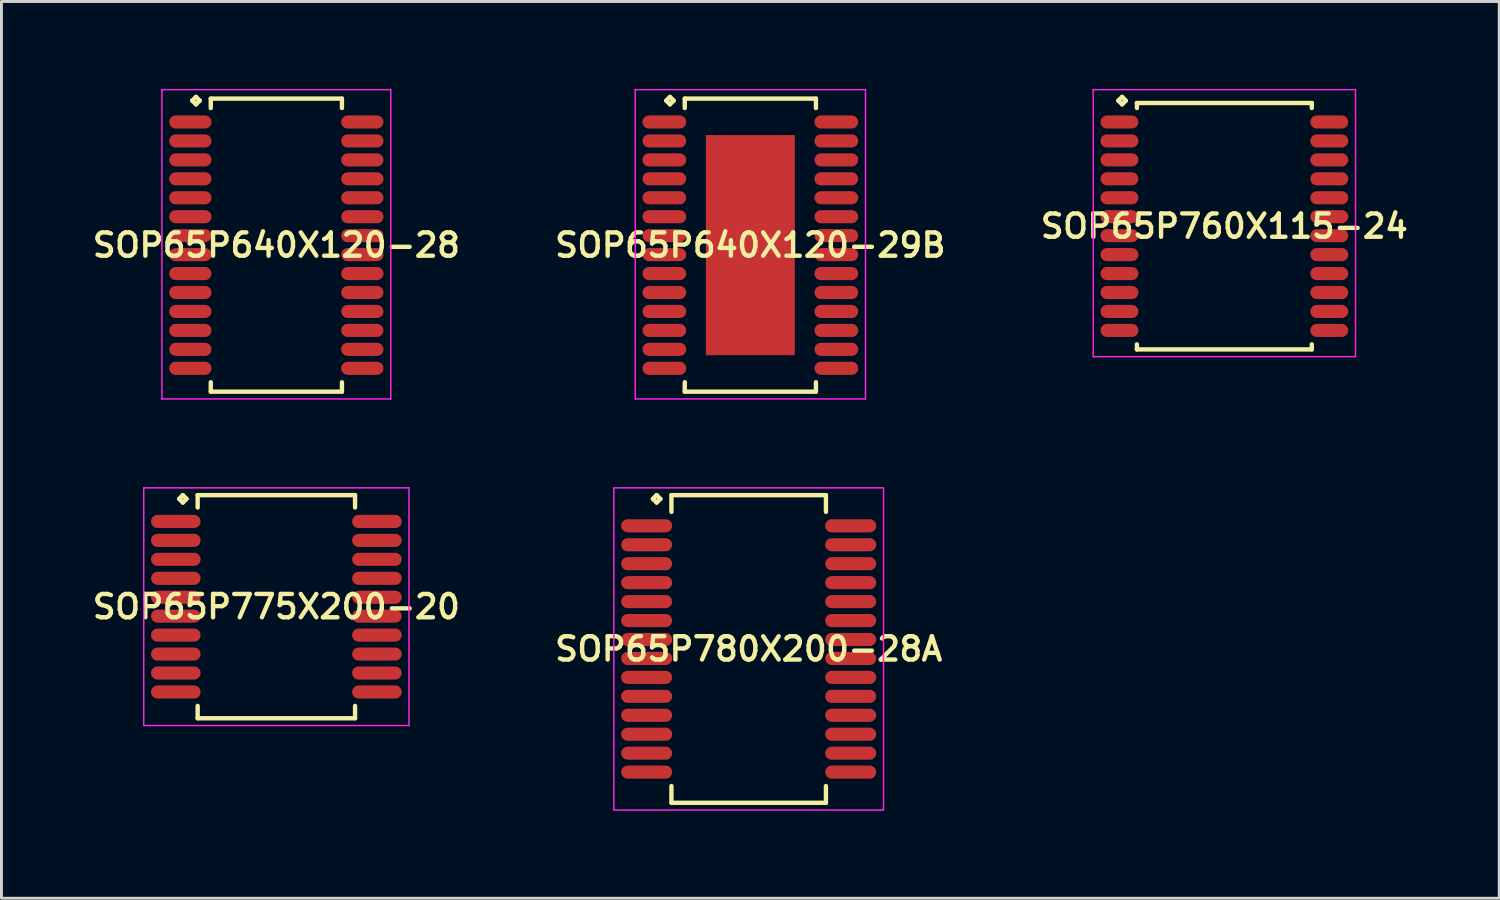
<source format=kicad_pcb>
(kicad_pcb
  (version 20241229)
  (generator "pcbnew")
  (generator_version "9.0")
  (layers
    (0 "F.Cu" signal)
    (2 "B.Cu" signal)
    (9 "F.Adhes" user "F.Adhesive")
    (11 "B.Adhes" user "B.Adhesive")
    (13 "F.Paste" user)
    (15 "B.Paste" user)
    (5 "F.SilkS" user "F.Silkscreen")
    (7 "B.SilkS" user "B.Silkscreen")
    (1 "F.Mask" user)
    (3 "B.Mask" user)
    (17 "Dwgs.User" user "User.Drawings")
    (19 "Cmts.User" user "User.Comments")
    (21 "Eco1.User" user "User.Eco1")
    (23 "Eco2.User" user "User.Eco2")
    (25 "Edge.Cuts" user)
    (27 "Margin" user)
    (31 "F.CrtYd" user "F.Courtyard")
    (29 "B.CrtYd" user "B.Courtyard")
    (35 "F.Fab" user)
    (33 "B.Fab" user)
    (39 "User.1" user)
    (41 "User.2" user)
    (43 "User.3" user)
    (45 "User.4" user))
  (footprint "SOP65P760X115-24"
    (layer "F.Cu")
    (at 38.954 4.71)
    (property "Reference" "SOP65P760X115-24" (at 0 0 0) (layer "F.SilkS") (effects (font (size 0.8 0.8) (thickness 0.15))))
    (attr smd)
    (fp_line (start -3.635 -4.308) (end -3.508 -4.435) (stroke (width 0.15) (type solid)) (layer "F.SilkS"))
    (fp_line (start -3.508 -4.435) (end -3.381 -4.308) (stroke (width 0.15) (type solid)) (layer "F.SilkS"))
    (fp_line (start -3.508 -4.181) (end -3.635 -4.308) (stroke (width 0.15) (type solid)) (layer "F.SilkS"))
    (fp_line (start -3.381 -4.308) (end -3.508 -4.181) (stroke (width 0.15) (type solid)) (layer "F.SilkS"))
    (fp_line (start -3 -4.227) (end 3 -4.227) (stroke (width 0.15) (type solid)) (layer "F.SilkS"))
    (fp_line (start -3 -4.054) (end -3 -4.227) (stroke (width 0.15) (type solid)) (layer "F.SilkS"))
    (fp_line (start -3 4.054) (end -3 4.227) (stroke (width 0.15) (type solid)) (layer "F.SilkS"))
    (fp_line (start -3 4.227) (end 3 4.227) (stroke (width 0.15) (type solid)) (layer "F.SilkS"))
    (fp_line (start 3 -4.227) (end 3 -4.054) (stroke (width 0.15) (type solid)) (layer "F.SilkS"))
    (fp_line (start 3 4.227) (end 3 4.054) (stroke (width 0.15) (type solid)) (layer "F.SilkS"))
    (fp_line (start -4.5 -4.685) (end 4.5 -4.685) (stroke (width 0.05) (type solid)) (layer "F.CrtYd"))
    (fp_line (start -4.5 4.477) (end -4.5 -4.685) (stroke (width 0.05) (type solid)) (layer "F.CrtYd"))
    (fp_line (start 4.5 -4.685) (end 4.5 4.477) (stroke (width 0.05) (type solid)) (layer "F.CrtYd"))
    (fp_line (start 4.5 4.477) (end -4.5 4.477) (stroke (width 0.05) (type solid)) (layer "F.CrtYd"))
    (pad "1" smd oval (at -3.6 -3.575) (size 1.3 0.45) (layers "F.Cu" "F.Mask" "F.Paste"))
    (pad "2" smd oval (at -3.6 -2.925) (size 1.3 0.45) (layers "F.Cu" "F.Mask" "F.Paste"))
    (pad "3" smd oval (at -3.6 -2.275) (size 1.3 0.45) (layers "F.Cu" "F.Mask" "F.Paste"))
    (pad "4" smd oval (at -3.6 -1.625) (size 1.3 0.45) (layers "F.Cu" "F.Mask" "F.Paste"))
    (pad "5" smd oval (at -3.6 -0.975) (size 1.3 0.45) (layers "F.Cu" "F.Mask" "F.Paste"))
    (pad "6" smd oval (at -3.6 -0.325) (size 1.3 0.45) (layers "F.Cu" "F.Mask" "F.Paste"))
    (pad "7" smd oval (at -3.6 0.325) (size 1.3 0.45) (layers "F.Cu" "F.Mask" "F.Paste"))
    (pad "8" smd oval (at -3.6 0.975) (size 1.3 0.45) (layers "F.Cu" "F.Mask" "F.Paste"))
    (pad "9" smd oval (at -3.6 1.625) (size 1.3 0.45) (layers "F.Cu" "F.Mask" "F.Paste"))
    (pad "10" smd oval (at -3.6 2.275) (size 1.3 0.45) (layers "F.Cu" "F.Mask" "F.Paste"))
    (pad "11" smd oval (at -3.6 2.925) (size 1.3 0.45) (layers "F.Cu" "F.Mask" "F.Paste"))
    (pad "12" smd oval (at -3.6 3.575) (size 1.3 0.45) (layers "F.Cu" "F.Mask" "F.Paste"))
    (pad "13" smd oval (at 3.6 3.575) (size 1.3 0.45) (layers "F.Cu" "F.Mask" "F.Paste"))
    (pad "14" smd oval (at 3.6 2.925) (size 1.3 0.45) (layers "F.Cu" "F.Mask" "F.Paste"))
    (pad "15" smd oval (at 3.6 2.275) (size 1.3 0.45) (layers "F.Cu" "F.Mask" "F.Paste"))
    (pad "16" smd oval (at 3.6 1.625) (size 1.3 0.45) (layers "F.Cu" "F.Mask" "F.Paste"))
    (pad "17" smd oval (at 3.6 0.975) (size 1.3 0.45) (layers "F.Cu" "F.Mask" "F.Paste"))
    (pad "18" smd oval (at 3.6 0.325) (size 1.3 0.45) (layers "F.Cu" "F.Mask" "F.Paste"))
    (pad "19" smd oval (at 3.6 -0.325) (size 1.3 0.45) (layers "F.Cu" "F.Mask" "F.Paste"))
    (pad "20" smd oval (at 3.6 -0.975) (size 1.3 0.45) (layers "F.Cu" "F.Mask" "F.Paste"))
    (pad "21" smd oval (at 3.6 -1.625) (size 1.3 0.45) (layers "F.Cu" "F.Mask" "F.Paste"))
    (pad "22" smd oval (at 3.6 -2.275) (size 1.3 0.45) (layers "F.Cu" "F.Mask" "F.Paste"))
    (pad "23" smd oval (at 3.6 -2.925) (size 1.3 0.45) (layers "F.Cu" "F.Mask" "F.Paste"))
    (pad "24" smd oval (at 3.6 -3.575) (size 1.3 0.45) (layers "F.Cu" "F.Mask" "F.Paste")))
  (footprint "SOP65P780X200-28A"
    (layer "F.Cu")
    (at 22.635 19.214)
    (property "Reference" "SOP65P780X200-28A" (at 0 0 0) (layer "F.SilkS") (effects (font (size 0.8 0.8) (thickness 0.15))))
    (attr smd)
    (fp_line (start -3.285 -5.15) (end -3.158 -5.277) (stroke (width 0.15) (type solid)) (layer "F.SilkS"))
    (fp_line (start -3.158 -5.277) (end -3.031 -5.15) (stroke (width 0.15) (type solid)) (layer "F.SilkS"))
    (fp_line (start -3.158 -5.023) (end -3.285 -5.15) (stroke (width 0.15) (type solid)) (layer "F.SilkS"))
    (fp_line (start -3.031 -5.15) (end -3.158 -5.023) (stroke (width 0.15) (type solid)) (layer "F.SilkS"))
    (fp_line (start -2.65 -5.277) (end 2.65 -5.277) (stroke (width 0.15) (type solid)) (layer "F.SilkS"))
    (fp_line (start -2.65 -4.704) (end -2.65 -5.277) (stroke (width 0.15) (type solid)) (layer "F.SilkS"))
    (fp_line (start -2.65 4.704) (end -2.65 5.277) (stroke (width 0.15) (type solid)) (layer "F.SilkS"))
    (fp_line (start -2.65 5.277) (end 2.65 5.277) (stroke (width 0.15) (type solid)) (layer "F.SilkS"))
    (fp_line (start 2.65 -5.277) (end 2.65 -4.704) (stroke (width 0.15) (type solid)) (layer "F.SilkS"))
    (fp_line (start 2.65 5.277) (end 2.65 4.704) (stroke (width 0.15) (type solid)) (layer "F.SilkS"))
    (fp_line (start -4.625 -5.527) (end 4.625 -5.527) (stroke (width 0.05) (type solid)) (layer "F.CrtYd"))
    (fp_line (start -4.625 5.527) (end -4.625 -5.527) (stroke (width 0.05) (type solid)) (layer "F.CrtYd"))
    (fp_line (start 4.625 -5.527) (end 4.625 5.527) (stroke (width 0.05) (type solid)) (layer "F.CrtYd"))
    (fp_line (start 4.625 5.527) (end -4.625 5.527) (stroke (width 0.05) (type solid)) (layer "F.CrtYd"))
    (pad "1" smd oval (at -3.5 -4.225) (size 1.75 0.45) (layers "F.Cu" "F.Mask" "F.Paste"))
    (pad "2" smd oval (at -3.5 -3.575) (size 1.75 0.45) (layers "F.Cu" "F.Mask" "F.Paste"))
    (pad "3" smd oval (at -3.5 -2.925) (size 1.75 0.45) (layers "F.Cu" "F.Mask" "F.Paste"))
    (pad "4" smd oval (at -3.5 -2.275) (size 1.75 0.45) (layers "F.Cu" "F.Mask" "F.Paste"))
    (pad "5" smd oval (at -3.5 -1.625) (size 1.75 0.45) (layers "F.Cu" "F.Mask" "F.Paste"))
    (pad "6" smd oval (at -3.5 -0.975) (size 1.75 0.45) (layers "F.Cu" "F.Mask" "F.Paste"))
    (pad "7" smd oval (at -3.5 -0.325) (size 1.75 0.45) (layers "F.Cu" "F.Mask" "F.Paste"))
    (pad "8" smd oval (at -3.5 0.325) (size 1.75 0.45) (layers "F.Cu" "F.Mask" "F.Paste"))
    (pad "9" smd oval (at -3.5 0.975) (size 1.75 0.45) (layers "F.Cu" "F.Mask" "F.Paste"))
    (pad "10" smd oval (at -3.5 1.625) (size 1.75 0.45) (layers "F.Cu" "F.Mask" "F.Paste"))
    (pad "11" smd oval (at -3.5 2.275) (size 1.75 0.45) (layers "F.Cu" "F.Mask" "F.Paste"))
    (pad "12" smd oval (at -3.5 2.925) (size 1.75 0.45) (layers "F.Cu" "F.Mask" "F.Paste"))
    (pad "13" smd oval (at -3.5 3.575) (size 1.75 0.45) (layers "F.Cu" "F.Mask" "F.Paste"))
    (pad "14" smd oval (at -3.5 4.225) (size 1.75 0.45) (layers "F.Cu" "F.Mask" "F.Paste"))
    (pad "15" smd oval (at 3.5 4.225) (size 1.75 0.45) (layers "F.Cu" "F.Mask" "F.Paste"))
    (pad "16" smd oval (at 3.5 3.575) (size 1.75 0.45) (layers "F.Cu" "F.Mask" "F.Paste"))
    (pad "17" smd oval (at 3.5 2.925) (size 1.75 0.45) (layers "F.Cu" "F.Mask" "F.Paste"))
    (pad "18" smd oval (at 3.5 2.275) (size 1.75 0.45) (layers "F.Cu" "F.Mask" "F.Paste"))
    (pad "19" smd oval (at 3.5 1.625) (size 1.75 0.45) (layers "F.Cu" "F.Mask" "F.Paste"))
    (pad "20" smd oval (at 3.5 0.975) (size 1.75 0.45) (layers "F.Cu" "F.Mask" "F.Paste"))
    (pad "21" smd oval (at 3.5 0.325) (size 1.75 0.45) (layers "F.Cu" "F.Mask" "F.Paste"))
    (pad "22" smd oval (at 3.5 -0.325) (size 1.75 0.45) (layers "F.Cu" "F.Mask" "F.Paste"))
    (pad "23" smd oval (at 3.5 -0.975) (size 1.75 0.45) (layers "F.Cu" "F.Mask" "F.Paste"))
    (pad "24" smd oval (at 3.5 -1.625) (size 1.75 0.45) (layers "F.Cu" "F.Mask" "F.Paste"))
    (pad "25" smd oval (at 3.5 -2.275) (size 1.75 0.45) (layers "F.Cu" "F.Mask" "F.Paste"))
    (pad "26" smd oval (at 3.5 -2.925) (size 1.75 0.45) (layers "F.Cu" "F.Mask" "F.Paste"))
    (pad "27" smd oval (at 3.5 -3.575) (size 1.75 0.45) (layers "F.Cu" "F.Mask" "F.Paste"))
    (pad "28" smd oval (at 3.5 -4.225) (size 1.75 0.45) (layers "F.Cu" "F.Mask" "F.Paste")))
  (footprint "SOP65P775X200-20"
    (layer "F.Cu")
    (at 6.431 17.764)
    (property "Reference" "SOP65P775X200-20" (at 0 0 0) (layer "F.SilkS") (effects (font (size 0.8 0.8) (thickness 0.15))))
    (attr smd)
    (fp_line (start -3.335 -3.7) (end -3.208 -3.827) (stroke (width 0.15) (type solid)) (layer "F.SilkS"))
    (fp_line (start -3.208 -3.827) (end -3.081 -3.7) (stroke (width 0.15) (type solid)) (layer "F.SilkS"))
    (fp_line (start -3.208 -3.573) (end -3.335 -3.7) (stroke (width 0.15) (type solid)) (layer "F.SilkS"))
    (fp_line (start -3.081 -3.7) (end -3.208 -3.573) (stroke (width 0.15) (type solid)) (layer "F.SilkS"))
    (fp_line (start -2.7 -3.827) (end 2.7 -3.827) (stroke (width 0.15) (type solid)) (layer "F.SilkS"))
    (fp_line (start -2.7 -3.404) (end -2.7 -3.827) (stroke (width 0.15) (type solid)) (layer "F.SilkS"))
    (fp_line (start -2.7 3.404) (end -2.7 3.827) (stroke (width 0.15) (type solid)) (layer "F.SilkS"))
    (fp_line (start -2.7 3.827) (end 2.7 3.827) (stroke (width 0.15) (type solid)) (layer "F.SilkS"))
    (fp_line (start 2.7 -3.827) (end 2.7 -3.404) (stroke (width 0.15) (type solid)) (layer "F.SilkS"))
    (fp_line (start 2.7 3.827) (end 2.7 3.404) (stroke (width 0.15) (type solid)) (layer "F.SilkS"))
    (fp_line (start -4.55 -4.077) (end 4.55 -4.077) (stroke (width 0.05) (type solid)) (layer "F.CrtYd"))
    (fp_line (start -4.55 4.077) (end -4.55 -4.077) (stroke (width 0.05) (type solid)) (layer "F.CrtYd"))
    (fp_line (start 4.55 -4.077) (end 4.55 4.077) (stroke (width 0.05) (type solid)) (layer "F.CrtYd"))
    (fp_line (start 4.55 4.077) (end -4.55 4.077) (stroke (width 0.05) (type solid)) (layer "F.CrtYd"))
    (pad "1" smd oval (at -3.45 -2.925) (size 1.7 0.45) (layers "F.Cu" "F.Mask" "F.Paste"))
    (pad "2" smd oval (at -3.45 -2.275) (size 1.7 0.45) (layers "F.Cu" "F.Mask" "F.Paste"))
    (pad "3" smd oval (at -3.45 -1.625) (size 1.7 0.45) (layers "F.Cu" "F.Mask" "F.Paste"))
    (pad "4" smd oval (at -3.45 -0.975) (size 1.7 0.45) (layers "F.Cu" "F.Mask" "F.Paste"))
    (pad "5" smd oval (at -3.45 -0.325) (size 1.7 0.45) (layers "F.Cu" "F.Mask" "F.Paste"))
    (pad "6" smd oval (at -3.45 0.325) (size 1.7 0.45) (layers "F.Cu" "F.Mask" "F.Paste"))
    (pad "7" smd oval (at -3.45 0.975) (size 1.7 0.45) (layers "F.Cu" "F.Mask" "F.Paste"))
    (pad "8" smd oval (at -3.45 1.625) (size 1.7 0.45) (layers "F.Cu" "F.Mask" "F.Paste"))
    (pad "9" smd oval (at -3.45 2.275) (size 1.7 0.45) (layers "F.Cu" "F.Mask" "F.Paste"))
    (pad "10" smd oval (at -3.45 2.925) (size 1.7 0.45) (layers "F.Cu" "F.Mask" "F.Paste"))
    (pad "11" smd oval (at 3.45 2.925) (size 1.7 0.45) (layers "F.Cu" "F.Mask" "F.Paste"))
    (pad "12" smd oval (at 3.45 2.275) (size 1.7 0.45) (layers "F.Cu" "F.Mask" "F.Paste"))
    (pad "13" smd oval (at 3.45 1.625) (size 1.7 0.45) (layers "F.Cu" "F.Mask" "F.Paste"))
    (pad "14" smd oval (at 3.45 0.975) (size 1.7 0.45) (layers "F.Cu" "F.Mask" "F.Paste"))
    (pad "15" smd oval (at 3.45 0.325) (size 1.7 0.45) (layers "F.Cu" "F.Mask" "F.Paste"))
    (pad "16" smd oval (at 3.45 -0.325) (size 1.7 0.45) (layers "F.Cu" "F.Mask" "F.Paste"))
    (pad "17" smd oval (at 3.45 -0.975) (size 1.7 0.45) (layers "F.Cu" "F.Mask" "F.Paste"))
    (pad "18" smd oval (at 3.45 -1.625) (size 1.7 0.45) (layers "F.Cu" "F.Mask" "F.Paste"))
    (pad "19" smd oval (at 3.45 -2.275) (size 1.7 0.45) (layers "F.Cu" "F.Mask" "F.Paste"))
    (pad "20" smd oval (at 3.45 -2.925) (size 1.7 0.45) (layers "F.Cu" "F.Mask" "F.Paste")))
  (footprint "SOP65P640X120-28"
    (layer "F.Cu")
    (at 6.431 5.36)
    (property "Reference" "SOP65P640X120-28" (at 0 0 0) (layer "F.SilkS") (effects (font (size 0.8 0.8) (thickness 0.15))))
    (attr smd)
    (fp_line (start -2.885 -4.958) (end -2.758 -5.085) (stroke (width 0.15) (type solid)) (layer "F.SilkS"))
    (fp_line (start -2.758 -5.085) (end -2.631 -4.958) (stroke (width 0.15) (type solid)) (layer "F.SilkS"))
    (fp_line (start -2.758 -4.831) (end -2.885 -4.958) (stroke (width 0.15) (type solid)) (layer "F.SilkS"))
    (fp_line (start -2.631 -4.958) (end -2.758 -4.831) (stroke (width 0.15) (type solid)) (layer "F.SilkS"))
    (fp_line (start -2.25 -5.027) (end 2.25 -5.027) (stroke (width 0.15) (type solid)) (layer "F.SilkS"))
    (fp_line (start -2.25 -4.704) (end -2.25 -5.027) (stroke (width 0.15) (type solid)) (layer "F.SilkS"))
    (fp_line (start -2.25 4.704) (end -2.25 5.027) (stroke (width 0.15) (type solid)) (layer "F.SilkS"))
    (fp_line (start -2.25 5.027) (end 2.25 5.027) (stroke (width 0.15) (type solid)) (layer "F.SilkS"))
    (fp_line (start 2.25 -5.027) (end 2.25 -4.704) (stroke (width 0.15) (type solid)) (layer "F.SilkS"))
    (fp_line (start 2.25 5.027) (end 2.25 4.704) (stroke (width 0.15) (type solid)) (layer "F.SilkS"))
    (fp_line (start -3.925 -5.335) (end 3.925 -5.335) (stroke (width 0.05) (type solid)) (layer "F.CrtYd"))
    (fp_line (start -3.925 5.277) (end -3.925 -5.335) (stroke (width 0.05) (type solid)) (layer "F.CrtYd"))
    (fp_line (start 3.925 -5.335) (end 3.925 5.277) (stroke (width 0.05) (type solid)) (layer "F.CrtYd"))
    (fp_line (start 3.925 5.277) (end -3.925 5.277) (stroke (width 0.05) (type solid)) (layer "F.CrtYd"))
    (pad "1" smd oval (at -2.95 -4.225) (size 1.45 0.45) (layers "F.Cu" "F.Mask" "F.Paste"))
    (pad "2" smd oval (at -2.95 -3.575) (size 1.45 0.45) (layers "F.Cu" "F.Mask" "F.Paste"))
    (pad "3" smd oval (at -2.95 -2.925) (size 1.45 0.45) (layers "F.Cu" "F.Mask" "F.Paste"))
    (pad "4" smd oval (at -2.95 -2.275) (size 1.45 0.45) (layers "F.Cu" "F.Mask" "F.Paste"))
    (pad "5" smd oval (at -2.95 -1.625) (size 1.45 0.45) (layers "F.Cu" "F.Mask" "F.Paste"))
    (pad "6" smd oval (at -2.95 -0.975) (size 1.45 0.45) (layers "F.Cu" "F.Mask" "F.Paste"))
    (pad "7" smd oval (at -2.95 -0.325) (size 1.45 0.45) (layers "F.Cu" "F.Mask" "F.Paste"))
    (pad "8" smd oval (at -2.95 0.325) (size 1.45 0.45) (layers "F.Cu" "F.Mask" "F.Paste"))
    (pad "9" smd oval (at -2.95 0.975) (size 1.45 0.45) (layers "F.Cu" "F.Mask" "F.Paste"))
    (pad "10" smd oval (at -2.95 1.625) (size 1.45 0.45) (layers "F.Cu" "F.Mask" "F.Paste"))
    (pad "11" smd oval (at -2.95 2.275) (size 1.45 0.45) (layers "F.Cu" "F.Mask" "F.Paste"))
    (pad "12" smd oval (at -2.95 2.925) (size 1.45 0.45) (layers "F.Cu" "F.Mask" "F.Paste"))
    (pad "13" smd oval (at -2.95 3.575) (size 1.45 0.45) (layers "F.Cu" "F.Mask" "F.Paste"))
    (pad "14" smd oval (at -2.95 4.225) (size 1.45 0.45) (layers "F.Cu" "F.Mask" "F.Paste"))
    (pad "15" smd oval (at 2.95 4.225) (size 1.45 0.45) (layers "F.Cu" "F.Mask" "F.Paste"))
    (pad "16" smd oval (at 2.95 3.575) (size 1.45 0.45) (layers "F.Cu" "F.Mask" "F.Paste"))
    (pad "17" smd oval (at 2.95 2.925) (size 1.45 0.45) (layers "F.Cu" "F.Mask" "F.Paste"))
    (pad "18" smd oval (at 2.95 2.275) (size 1.45 0.45) (layers "F.Cu" "F.Mask" "F.Paste"))
    (pad "19" smd oval (at 2.95 1.625) (size 1.45 0.45) (layers "F.Cu" "F.Mask" "F.Paste"))
    (pad "20" smd oval (at 2.95 0.975) (size 1.45 0.45) (layers "F.Cu" "F.Mask" "F.Paste"))
    (pad "21" smd oval (at 2.95 0.325) (size 1.45 0.45) (layers "F.Cu" "F.Mask" "F.Paste"))
    (pad "22" smd oval (at 2.95 -0.325) (size 1.45 0.45) (layers "F.Cu" "F.Mask" "F.Paste"))
    (pad "23" smd oval (at 2.95 -0.975) (size 1.45 0.45) (layers "F.Cu" "F.Mask" "F.Paste"))
    (pad "24" smd oval (at 2.95 -1.625) (size 1.45 0.45) (layers "F.Cu" "F.Mask" "F.Paste"))
    (pad "25" smd oval (at 2.95 -2.275) (size 1.45 0.45) (layers "F.Cu" "F.Mask" "F.Paste"))
    (pad "26" smd oval (at 2.95 -2.925) (size 1.45 0.45) (layers "F.Cu" "F.Mask" "F.Paste"))
    (pad "27" smd oval (at 2.95 -3.575) (size 1.45 0.45) (layers "F.Cu" "F.Mask" "F.Paste"))
    (pad "28" smd oval (at 2.95 -4.225) (size 1.45 0.45) (layers "F.Cu" "F.Mask" "F.Paste")))
  (footprint "SOP65P640X120-29B"
    (layer "F.Cu")
    (at 22.692 5.36)
    (property "Reference" "SOP65P640X120-29B" (at 0 0 0) (layer "F.SilkS") (effects (font (size 0.8 0.8) (thickness 0.15))))
    (attr smd)
    (fp_line (start -2.885 -4.958) (end -2.758 -5.085) (stroke (width 0.15) (type solid)) (layer "F.SilkS"))
    (fp_line (start -2.758 -5.085) (end -2.631 -4.958) (stroke (width 0.15) (type solid)) (layer "F.SilkS"))
    (fp_line (start -2.758 -4.831) (end -2.885 -4.958) (stroke (width 0.15) (type solid)) (layer "F.SilkS"))
    (fp_line (start -2.631 -4.958) (end -2.758 -4.831) (stroke (width 0.15) (type solid)) (layer "F.SilkS"))
    (fp_line (start -2.25 -5.027) (end 2.25 -5.027) (stroke (width 0.15) (type solid)) (layer "F.SilkS"))
    (fp_line (start -2.25 -4.704) (end -2.25 -5.027) (stroke (width 0.15) (type solid)) (layer "F.SilkS"))
    (fp_line (start -2.25 4.704) (end -2.25 5.027) (stroke (width 0.15) (type solid)) (layer "F.SilkS"))
    (fp_line (start -2.25 5.027) (end 2.25 5.027) (stroke (width 0.15) (type solid)) (layer "F.SilkS"))
    (fp_line (start 2.25 -5.027) (end 2.25 -4.704) (stroke (width 0.15) (type solid)) (layer "F.SilkS"))
    (fp_line (start 2.25 5.027) (end 2.25 4.704) (stroke (width 0.15) (type solid)) (layer "F.SilkS"))
    (fp_line (start -3.95 -5.335) (end 3.95 -5.335) (stroke (width 0.05) (type solid)) (layer "F.CrtYd"))
    (fp_line (start -3.95 5.277) (end -3.95 -5.335) (stroke (width 0.05) (type solid)) (layer "F.CrtYd"))
    (fp_line (start 3.95 -5.335) (end 3.95 5.277) (stroke (width 0.05) (type solid)) (layer "F.CrtYd"))
    (fp_line (start 3.95 5.277) (end -3.95 5.277) (stroke (width 0.05) (type solid)) (layer "F.CrtYd"))
    (pad "1" smd oval (at -2.95 -4.225) (size 1.5 0.45) (layers "F.Cu" "F.Mask" "F.Paste"))
    (pad "2" smd oval (at -2.95 -3.575) (size 1.5 0.45) (layers "F.Cu" "F.Mask" "F.Paste"))
    (pad "3" smd oval (at -2.95 -2.925) (size 1.5 0.45) (layers "F.Cu" "F.Mask" "F.Paste"))
    (pad "4" smd oval (at -2.95 -2.275) (size 1.5 0.45) (layers "F.Cu" "F.Mask" "F.Paste"))
    (pad "5" smd oval (at -2.95 -1.625) (size 1.5 0.45) (layers "F.Cu" "F.Mask" "F.Paste"))
    (pad "6" smd oval (at -2.95 -0.975) (size 1.5 0.45) (layers "F.Cu" "F.Mask" "F.Paste"))
    (pad "7" smd oval (at -2.95 -0.325) (size 1.5 0.45) (layers "F.Cu" "F.Mask" "F.Paste"))
    (pad "8" smd oval (at -2.95 0.325) (size 1.5 0.45) (layers "F.Cu" "F.Mask" "F.Paste"))
    (pad "9" smd oval (at -2.95 0.975) (size 1.5 0.45) (layers "F.Cu" "F.Mask" "F.Paste"))
    (pad "10" smd oval (at -2.95 1.625) (size 1.5 0.45) (layers "F.Cu" "F.Mask" "F.Paste"))
    (pad "11" smd oval (at -2.95 2.275) (size 1.5 0.45) (layers "F.Cu" "F.Mask" "F.Paste"))
    (pad "12" smd oval (at -2.95 2.925) (size 1.5 0.45) (layers "F.Cu" "F.Mask" "F.Paste"))
    (pad "13" smd oval (at -2.95 3.575) (size 1.5 0.45) (layers "F.Cu" "F.Mask" "F.Paste"))
    (pad "14" smd oval (at -2.95 4.225) (size 1.5 0.45) (layers "F.Cu" "F.Mask" "F.Paste"))
    (pad "15" smd oval (at 2.95 4.225) (size 1.5 0.45) (layers "F.Cu" "F.Mask" "F.Paste"))
    (pad "16" smd oval (at 2.95 3.575) (size 1.5 0.45) (layers "F.Cu" "F.Mask" "F.Paste"))
    (pad "17" smd oval (at 2.95 2.925) (size 1.5 0.45) (layers "F.Cu" "F.Mask" "F.Paste"))
    (pad "18" smd oval (at 2.95 2.275) (size 1.5 0.45) (layers "F.Cu" "F.Mask" "F.Paste"))
    (pad "19" smd oval (at 2.95 1.625) (size 1.5 0.45) (layers "F.Cu" "F.Mask" "F.Paste"))
    (pad "20" smd oval (at 2.95 0.975) (size 1.5 0.45) (layers "F.Cu" "F.Mask" "F.Paste"))
    (pad "21" smd oval (at 2.95 0.325) (size 1.5 0.45) (layers "F.Cu" "F.Mask" "F.Paste"))
    (pad "22" smd oval (at 2.95 -0.325) (size 1.5 0.45) (layers "F.Cu" "F.Mask" "F.Paste"))
    (pad "23" smd oval (at 2.95 -0.975) (size 1.5 0.45) (layers "F.Cu" "F.Mask" "F.Paste"))
    (pad "24" smd oval (at 2.95 -1.625) (size 1.5 0.45) (layers "F.Cu" "F.Mask" "F.Paste"))
    (pad "25" smd oval (at 2.95 -2.275) (size 1.5 0.45) (layers "F.Cu" "F.Mask" "F.Paste"))
    (pad "26" smd oval (at 2.95 -2.925) (size 1.5 0.45) (layers "F.Cu" "F.Mask" "F.Paste"))
    (pad "27" smd oval (at 2.95 -3.575) (size 1.5 0.45) (layers "F.Cu" "F.Mask" "F.Paste"))
    (pad "28" smd oval (at 2.95 -4.225) (size 1.5 0.45) (layers "F.Cu" "F.Mask" "F.Paste"))
    (pad "29" smd rect (at 0 0) (size 3.05 7.55) (layers "F.Cu" "F.Mask" "F.Paste")))
  (gr_rect
    (start -3 -3)
    (end 48.384 27.766)
    (stroke (width 0.1) (type default))
    (fill no)
    (layer "Edge.Cuts")))
</source>
